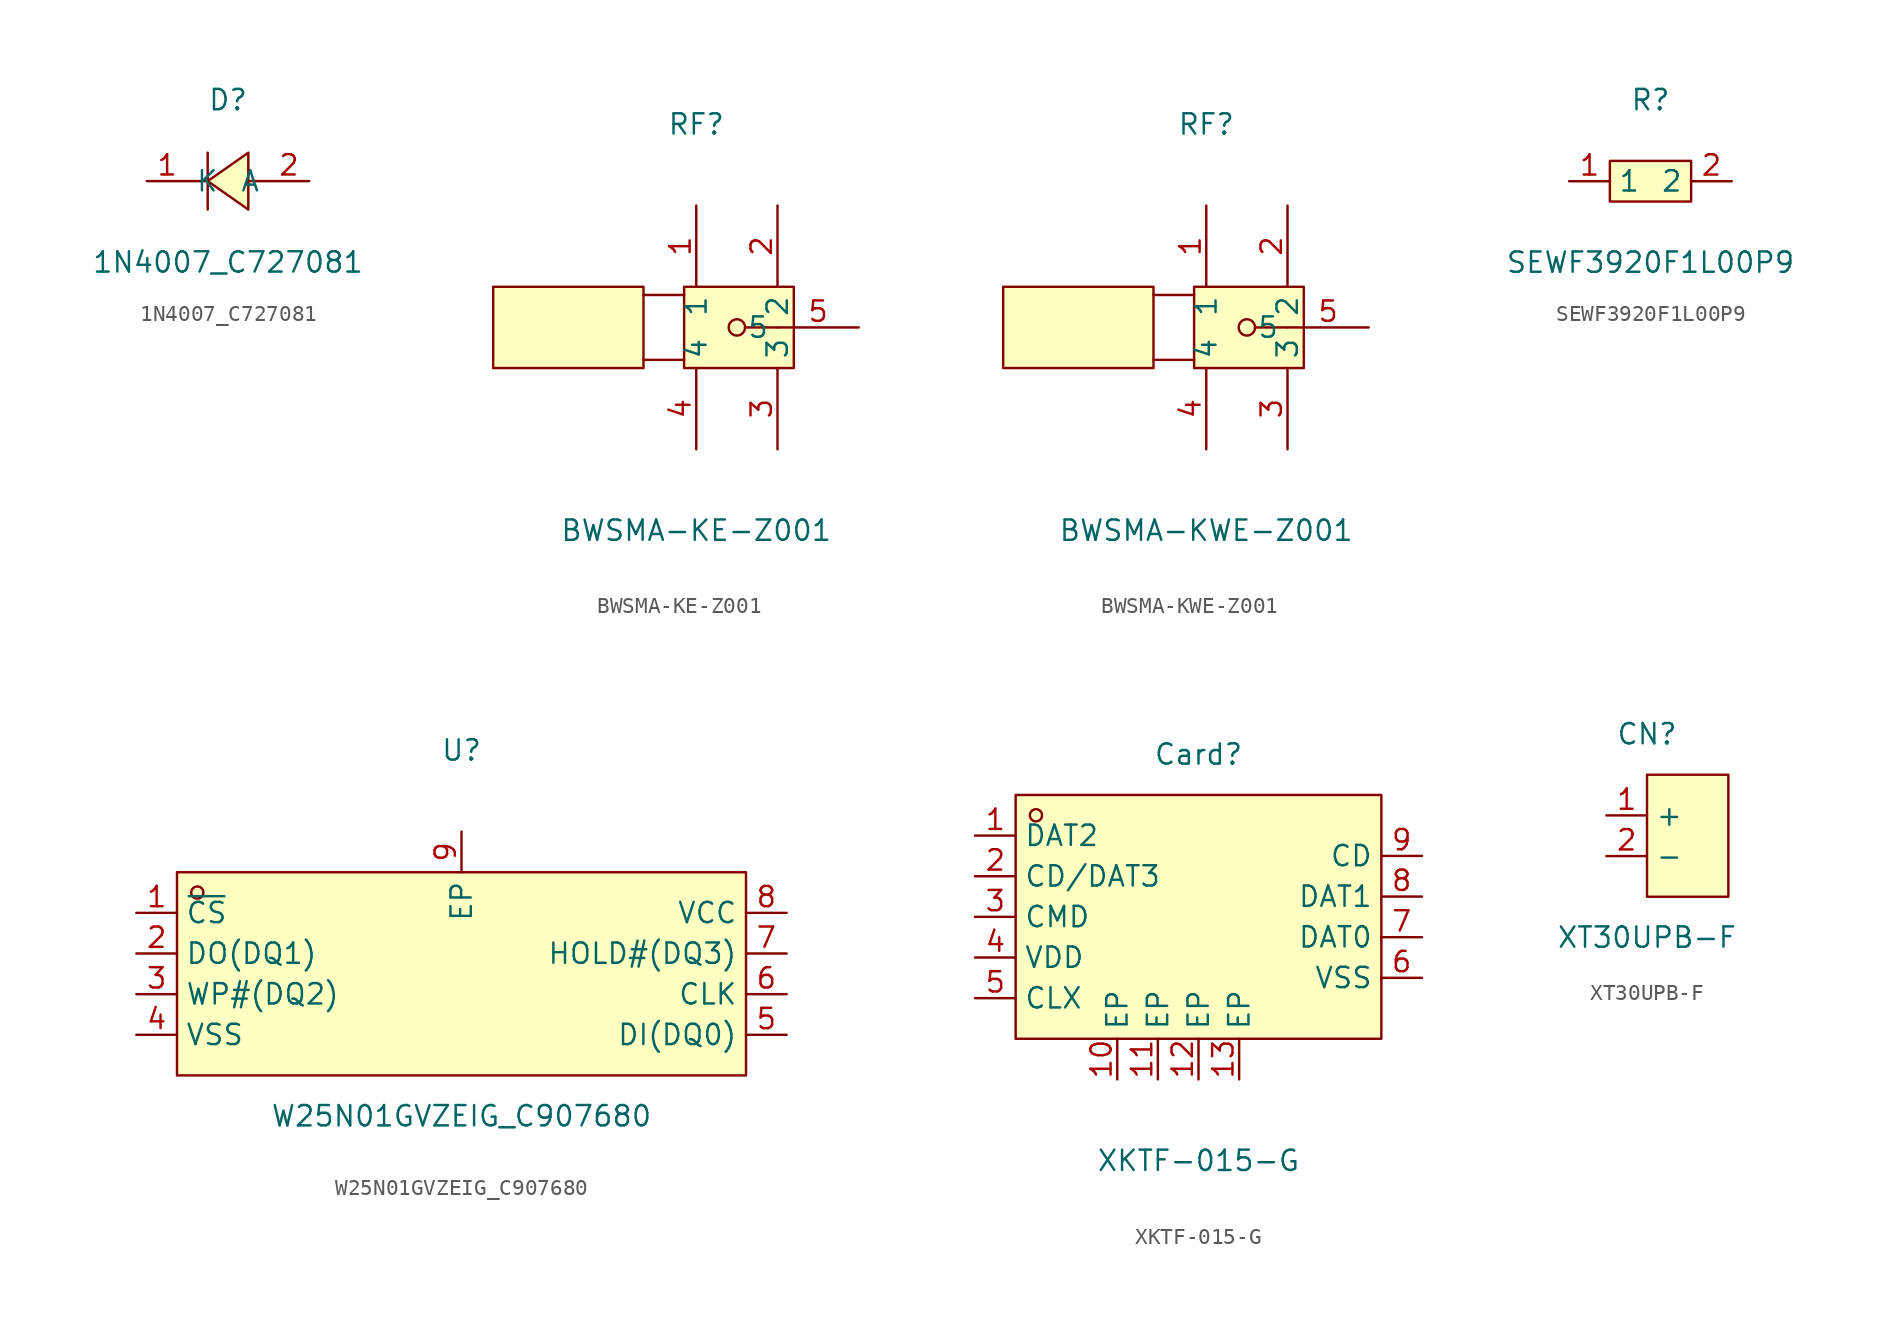
<source format=kicad_sym>
(kicad_symbol_lib
  (version 20211014)
  (generator https://github.com/uPesy/easyeda2kicad.py)
  (symbol "1N4007_C727081"
    (property "Reference" "D"
      (at 0 5.08 0)
      (effects (font (size 1.27 1.27))))
    (property "Value" "1N4007_C727081"
      (at 0 -5.08 0)
      (effects (font (size 1.27 1.27))))
    (symbol "1N4007_C727081_0_1"
      (polyline (pts (xy 1.27 1.78) (xy -1.27 -0.00) (xy 1.27 -1.78) (xy 1.27 1.78)) (stroke (width 0) (type default) (color 0 0 0 0)) (fill (type background)))
      (polyline (pts (xy -1.27 -0.00) (xy -2.54 -0.00)) (stroke (width 0) (type default) (color 0 0 0 0)) (fill (type none)))
      (polyline (pts (xy 2.54 -0.00) (xy 1.27 -0.00)) (stroke (width 0) (type default) (color 0 0 0 0)) (fill (type none)))
      (polyline (pts (xy -1.27 1.78) (xy -1.27 -1.78)) (stroke (width 0) (type default) (color 0 0 0 0)) (fill (type none)))
      (pin unspecified line (at 5.08 -0.00 180) (length 2.54) (name "A" (effects (font (size 1.27 1.27)))) (number "2" (effects (font (size 1.27 1.27)))))
      (pin unspecified line (at -5.08 -0.00 0) (length 2.54) (name "K" (effects (font (size 1.27 1.27)))) (number "1" (effects (font (size 1.27 1.27)))))))
  (symbol "BWSMA-KE-Z001"
    (property "Reference" "RF"
      (at 0 12.70 0)
      (effects (font (size 1.27 1.27))))
    (property "Value" "BWSMA-KE-Z001"
      (at 0 -12.70 0)
      (effects (font (size 1.27 1.27))))
    (symbol "BWSMA-KE-Z001_0_1"
      (rectangle (start -12.70 2.54) (end -3.30 -2.54) (stroke (width 0) (type default) (color 0 0 0 0)) (fill (type background)))
      (rectangle (start -0.76 2.54) (end 6.10 -2.54) (stroke (width 0) (type default) (color 0 0 0 0)) (fill (type background)))
      (circle (center 2.54 -0.00) (radius 0.51) (stroke (width 0) (type default) (color 0 0 0 0)) (fill (type none)))
      (polyline (pts (xy -3.30 2.03) (xy -0.76 2.03)) (stroke (width 0) (type default) (color 0 0 0 0)) (fill (type none)))
      (polyline (pts (xy -3.30 -2.03) (xy -0.76 -2.03)) (stroke (width 0) (type default) (color 0 0 0 0)) (fill (type none)))
      (polyline (pts (xy 3.05 -0.00) (xy 5.08 -0.00)) (stroke (width 0) (type default) (color 0 0 0 0)) (fill (type none)))
      (pin unspecified line (at 0.00 7.62 270) (length 5.08) (name "1" (effects (font (size 1.27 1.27)))) (number "1" (effects (font (size 1.27 1.27)))))
      (pin unspecified line (at 5.08 7.62 270) (length 5.08) (name "2" (effects (font (size 1.27 1.27)))) (number "2" (effects (font (size 1.27 1.27)))))
      (pin unspecified line (at 5.08 -7.62 90) (length 5.08) (name "3" (effects (font (size 1.27 1.27)))) (number "3" (effects (font (size 1.27 1.27)))))
      (pin unspecified line (at 0.00 -7.62 90) (length 5.08) (name "4" (effects (font (size 1.27 1.27)))) (number "4" (effects (font (size 1.27 1.27)))))
      (pin unspecified line (at 10.16 -0.00 180) (length 5.08) (name "5" (effects (font (size 1.27 1.27)))) (number "5" (effects (font (size 1.27 1.27)))))))
  (symbol "BWSMA-KWE-Z001"
    (property "Reference" "RF"
      (at 0 12.70 0)
      (effects (font (size 1.27 1.27))))
    (property "Value" "BWSMA-KWE-Z001"
      (at 0 -12.70 0)
      (effects (font (size 1.27 1.27))))
    (symbol "BWSMA-KWE-Z001_0_1"
      (rectangle (start -0.76 2.54) (end 6.10 -2.54) (stroke (width 0) (type default) (color 0 0 0 0)) (fill (type background)))
      (rectangle (start -12.70 2.54) (end -3.30 -2.54) (stroke (width 0) (type default) (color 0 0 0 0)) (fill (type background)))
      (circle (center 2.54 -0.00) (radius 0.51) (stroke (width 0) (type default) (color 0 0 0 0)) (fill (type none)))
      (polyline (pts (xy 3.05 -0.00) (xy 5.08 -0.00)) (stroke (width 0) (type default) (color 0 0 0 0)) (fill (type none)))
      (polyline (pts (xy -3.30 -2.03) (xy -0.76 -2.03)) (stroke (width 0) (type default) (color 0 0 0 0)) (fill (type none)))
      (polyline (pts (xy -3.30 2.03) (xy -0.76 2.03)) (stroke (width 0) (type default) (color 0 0 0 0)) (fill (type none)))
      (pin unspecified line (at 10.16 -0.00 180) (length 5.08) (name "5" (effects (font (size 1.27 1.27)))) (number "5" (effects (font (size 1.27 1.27)))))
      (pin unspecified line (at 0.00 -7.62 90) (length 5.08) (name "4" (effects (font (size 1.27 1.27)))) (number "4" (effects (font (size 1.27 1.27)))))
      (pin unspecified line (at 5.08 -7.62 90) (length 5.08) (name "3" (effects (font (size 1.27 1.27)))) (number "3" (effects (font (size 1.27 1.27)))))
      (pin unspecified line (at 5.08 7.62 270) (length 5.08) (name "2" (effects (font (size 1.27 1.27)))) (number "2" (effects (font (size 1.27 1.27)))))
      (pin unspecified line (at 0.00 7.62 270) (length 5.08) (name "1" (effects (font (size 1.27 1.27)))) (number "1" (effects (font (size 1.27 1.27)))))))
  (symbol "SEWF3920F1L00P9"
    (property "Reference" "R"
      (at 0 5.08 0)
      (effects (font (size 1.27 1.27))))
    (property "Value" "SEWF3920F1L00P9"
      (at 0 -5.08 0)
      (effects (font (size 1.27 1.27))))
    (symbol "SEWF3920F1L00P9_0_1"
      (rectangle (start -2.54 1.27) (end 2.54 -1.27) (stroke (width 0) (type default) (color 0 0 0 0)) (fill (type background)))
      (pin unspecified line (at 5.08 -0.00 180) (length 2.54) (name "2" (effects (font (size 1.27 1.27)))) (number "2" (effects (font (size 1.27 1.27)))))
      (pin unspecified line (at -5.08 -0.00 0) (length 2.54) (name "1" (effects (font (size 1.27 1.27)))) (number "1" (effects (font (size 1.27 1.27)))))))
  (symbol "W25N01GVZEIG_C907680"
    (property "Reference" "U"
      (at 0 13.97 0)
      (effects (font (size 1.27 1.27))))
    (property "Value" "W25N01GVZEIG_C907680"
      (at 0 -8.89 0)
      (effects (font (size 1.27 1.27))))
    (symbol "W25N01GVZEIG_C907680_0_1"
      (rectangle (start -17.78 6.35) (end 17.78 -6.35) (stroke (width 0) (type default) (color 0 0 0 0)) (fill (type background)))
      (circle (center -16.51 5.08) (radius 0.38) (stroke (width 0) (type default) (color 0 0 0 0)) (fill (type none)))
      (pin unspecified line (at -20.32 3.81 0) (length 2.54) (name "~{CS}" (effects (font (size 1.27 1.27)))) (number "1" (effects (font (size 1.27 1.27)))))
      (pin unspecified line (at -20.32 1.27 0) (length 2.54) (name "DO(DQ1)" (effects (font (size 1.27 1.27)))) (number "2" (effects (font (size 1.27 1.27)))))
      (pin unspecified line (at -20.32 -1.27 0) (length 2.54) (name "WP#(DQ2)" (effects (font (size 1.27 1.27)))) (number "3" (effects (font (size 1.27 1.27)))))
      (pin unspecified line (at -20.32 -3.81 0) (length 2.54) (name "VSS" (effects (font (size 1.27 1.27)))) (number "4" (effects (font (size 1.27 1.27)))))
      (pin unspecified line (at 20.32 -3.81 180) (length 2.54) (name "DI(DQ0)" (effects (font (size 1.27 1.27)))) (number "5" (effects (font (size 1.27 1.27)))))
      (pin unspecified line (at 20.32 -1.27 180) (length 2.54) (name "CLK" (effects (font (size 1.27 1.27)))) (number "6" (effects (font (size 1.27 1.27)))))
      (pin unspecified line (at 20.32 1.27 180) (length 2.54) (name "HOLD#(DQ3)" (effects (font (size 1.27 1.27)))) (number "7" (effects (font (size 1.27 1.27)))))
      (pin unspecified line (at 20.32 3.81 180) (length 2.54) (name "VCC" (effects (font (size 1.27 1.27)))) (number "8" (effects (font (size 1.27 1.27)))))
      (pin unspecified line (at 0.00 8.89 270) (length 2.54) (name "EP" (effects (font (size 1.27 1.27)))) (number "9" (effects (font (size 1.27 1.27)))))))
  (symbol "XKTF-015-G"
    (property "Reference" "Card"
      (at 0 12.70 0)
      (effects (font (size 1.27 1.27))))
    (property "Value" "XKTF-015-G"
      (at 0 -12.70 0)
      (effects (font (size 1.27 1.27))))
    (symbol "XKTF-015-G_0_1"
      (rectangle (start -11.43 10.16) (end 11.43 -5.08) (stroke (width 0) (type default) (color 0 0 0 0)) (fill (type background)))
      (circle (center -10.16 8.89) (radius 0.38) (stroke (width 0) (type default) (color 0 0 0 0)) (fill (type none)))
      (pin unspecified line (at 2.54 -7.62 90) (length 2.54) (name "EP" (effects (font (size 1.27 1.27)))) (number "13" (effects (font (size 1.27 1.27)))))
      (pin unspecified line (at 0.00 -7.62 90) (length 2.54) (name "EP" (effects (font (size 1.27 1.27)))) (number "12" (effects (font (size 1.27 1.27)))))
      (pin unspecified line (at -2.54 -7.62 90) (length 2.54) (name "EP" (effects (font (size 1.27 1.27)))) (number "11" (effects (font (size 1.27 1.27)))))
      (pin unspecified line (at -5.08 -7.62 90) (length 2.54) (name "EP" (effects (font (size 1.27 1.27)))) (number "10" (effects (font (size 1.27 1.27)))))
      (pin unspecified line (at 13.97 6.35 180) (length 2.54) (name "CD" (effects (font (size 1.27 1.27)))) (number "9" (effects (font (size 1.27 1.27)))))
      (pin unspecified line (at 13.97 3.81 180) (length 2.54) (name "DAT1" (effects (font (size 1.27 1.27)))) (number "8" (effects (font (size 1.27 1.27)))))
      (pin unspecified line (at 13.97 1.27 180) (length 2.54) (name "DAT0" (effects (font (size 1.27 1.27)))) (number "7" (effects (font (size 1.27 1.27)))))
      (pin unspecified line (at 13.97 -1.27 180) (length 2.54) (name "VSS" (effects (font (size 1.27 1.27)))) (number "6" (effects (font (size 1.27 1.27)))))
      (pin unspecified line (at -13.97 -2.54 0) (length 2.54) (name "CLX" (effects (font (size 1.27 1.27)))) (number "5" (effects (font (size 1.27 1.27)))))
      (pin unspecified line (at -13.97 -0.00 0) (length 2.54) (name "VDD" (effects (font (size 1.27 1.27)))) (number "4" (effects (font (size 1.27 1.27)))))
      (pin unspecified line (at -13.97 2.54 0) (length 2.54) (name "CMD" (effects (font (size 1.27 1.27)))) (number "3" (effects (font (size 1.27 1.27)))))
      (pin unspecified line (at -13.97 5.08 0) (length 2.54) (name "CD/DAT3" (effects (font (size 1.27 1.27)))) (number "2" (effects (font (size 1.27 1.27)))))
      (pin unspecified line (at -13.97 7.62 0) (length 2.54) (name "DAT2" (effects (font (size 1.27 1.27)))) (number "1" (effects (font (size 1.27 1.27)))))))
  (symbol "XT30UPB-F"
    (property "Reference" "CN"
      (at 0 7.62 0)
      (effects (font (size 1.27 1.27))))
    (property "Value" "XT30UPB-F"
      (at 0 -5.08 0)
      (effects (font (size 1.27 1.27))))
    (symbol "XT30UPB-F_0_1"
      (rectangle (start 0.00 5.08) (end 5.08 -2.54) (stroke (width 0) (type default) (color 0 0 0 0)) (fill (type background)))
      (pin unspecified line (at -2.54 2.54 0) (length 2.54) (name "+" (effects (font (size 1.27 1.27)))) (number "1" (effects (font (size 1.27 1.27)))))
      (pin unspecified line (at -2.54 -0.00 0) (length 2.54) (name "-" (effects (font (size 1.27 1.27)))) (number "2" (effects (font (size 1.27 1.27))))))))
</source>
